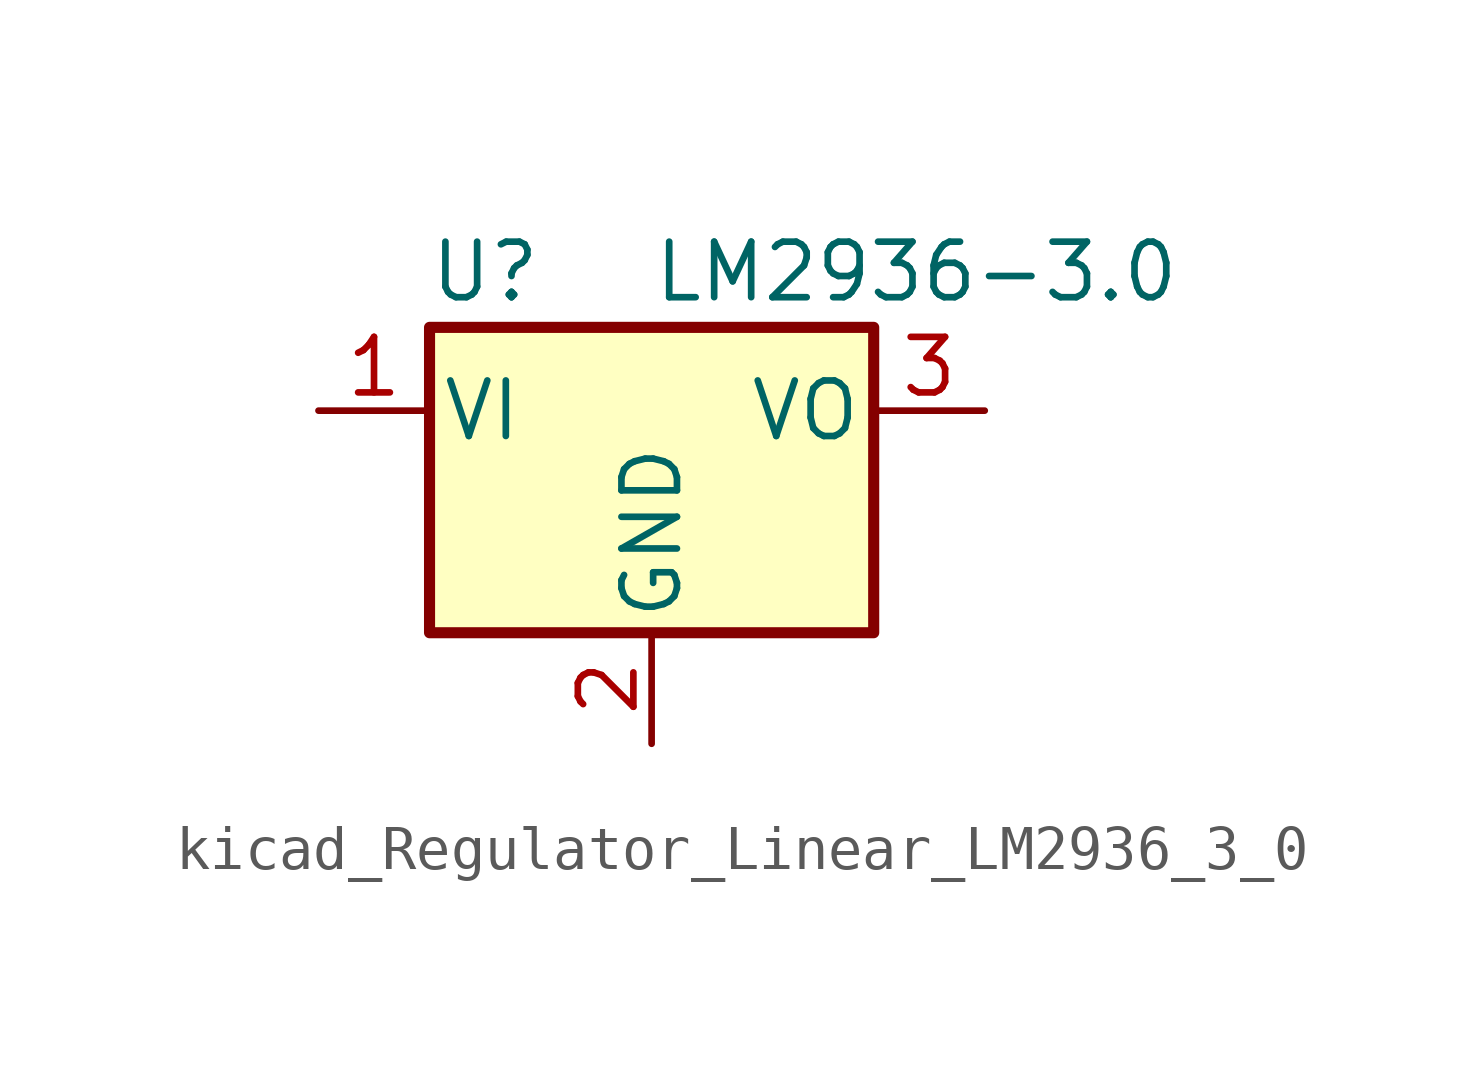
<source format=kicad_sym>
(kicad_symbol_lib
  (version 20220914)
  (generator kicad_symbol_editor)
  (symbol "kicad_Regulator_Linear_LM2936_3_0"
    (pin_names
      (offset 0.254))
    (property "Reference" "U"
      (at -3.81 3.175 0)
      (effects (font (size 1.27 1.27))))
    (property "Value" "LM2936-3.0"
      (at 0 3.175 0)
      (effects (font (size 1.27 1.27)) (justify left)))
    (symbol "kicad_Regulator_Linear_LM2936_3_0_0_1"
      (rectangle (start -5.08 1.905) (end 5.08 -5.08) (stroke (width 0.254) (type default)) (fill (type background))))
    (symbol "kicad_Regulator_Linear_LM2936_3_0_1_1"
      (pin power_in line (at -7.62 0 0) (length 2.54) (name "VI" (effects (font (size 1.27 1.27)))) (number "1" (effects (font (size 1.27 1.27)))))
      (pin power_in line (at 0 -7.62 90) (length 2.54) (name "GND" (effects (font (size 1.27 1.27)))) (number "2" (effects (font (size 1.27 1.27)))))
      (pin power_out line (at 7.62 0 180) (length 2.54) (name "VO" (effects (font (size 1.27 1.27)))) (number "3" (effects (font (size 1.27 1.27))))))))
</source>
